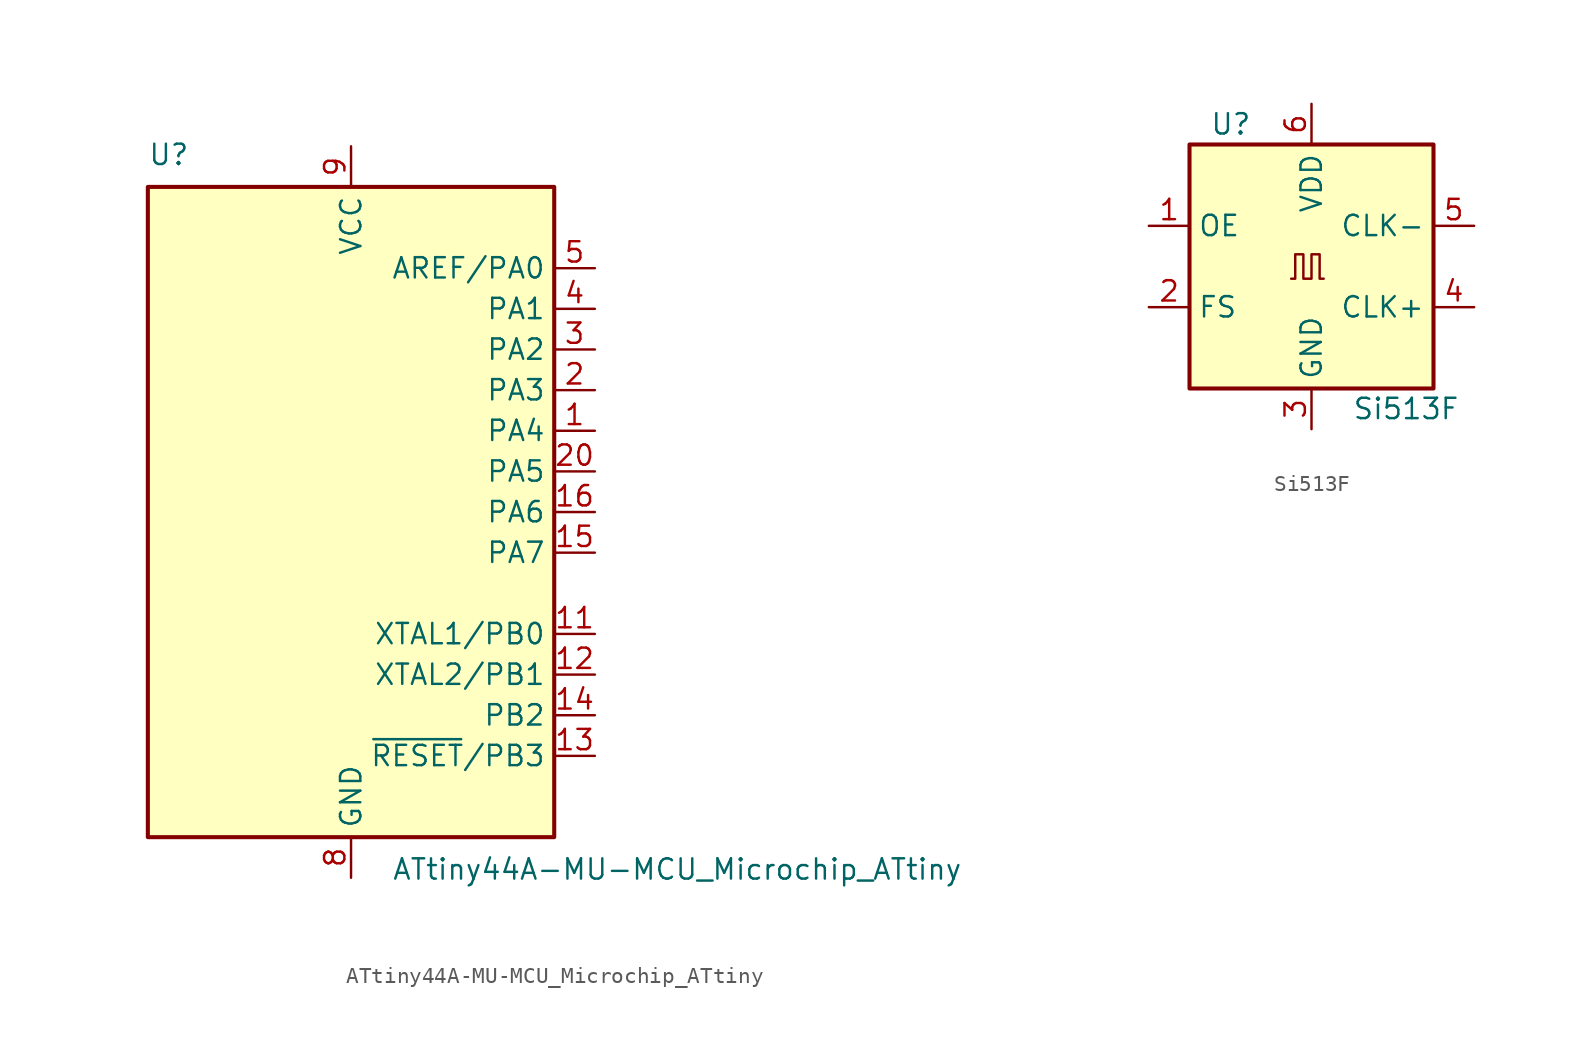
<source format=kicad_sym>
(kicad_symbol_lib
  (version 20220914)
  (generator kicad_symbol_editor)
  (symbol "ATtiny44A-MU-MCU_Microchip_ATtiny"
    (property "Reference" "U"
      (at -12.7 21.59 0)
      (effects (font (size 1.27 1.27)) (justify left bottom)))
    (property "Value" "ATtiny44A-MU-MCU_Microchip_ATtiny"
      (at 2.54 -21.59 0)
      (effects (font (size 1.27 1.27)) (justify left top)))
    (symbol "ATtiny44A-MU-MCU_Microchip_ATtiny_0_1"
      (rectangle (start -12.7 -20.32) (end 12.7 20.32) (stroke (width 0.254) (type default)) (fill (type background))))
    (symbol "ATtiny44A-MU-MCU_Microchip_ATtiny_1_1"
      (pin bidirectional line (at 15.24 5.08 180) (length 2.54) (name "PA4" (effects (font (size 1.27 1.27)))) (number "1" (effects (font (size 1.27 1.27)))))
      (pin no_connect line (at -12.7 -10.16 0) (length 2.54) hide (name "NC" (effects (font (size 1.27 1.27)))) (number "10" (effects (font (size 1.27 1.27)))))
      (pin bidirectional line (at 15.24 -7.62 180) (length 2.54) (name "XTAL1/PB0" (effects (font (size 1.27 1.27)))) (number "11" (effects (font (size 1.27 1.27)))))
      (pin bidirectional line (at 15.24 -10.16 180) (length 2.54) (name "XTAL2/PB1" (effects (font (size 1.27 1.27)))) (number "12" (effects (font (size 1.27 1.27)))))
      (pin bidirectional line (at 15.24 -15.24 180) (length 2.54) (name "~{RESET}/PB3" (effects (font (size 1.27 1.27)))) (number "13" (effects (font (size 1.27 1.27)))))
      (pin bidirectional line (at 15.24 -12.7 180) (length 2.54) (name "PB2" (effects (font (size 1.27 1.27)))) (number "14" (effects (font (size 1.27 1.27)))))
      (pin bidirectional line (at 15.24 -2.54 180) (length 2.54) (name "PA7" (effects (font (size 1.27 1.27)))) (number "15" (effects (font (size 1.27 1.27)))))
      (pin bidirectional line (at 15.24 0 180) (length 2.54) (name "PA6" (effects (font (size 1.27 1.27)))) (number "16" (effects (font (size 1.27 1.27)))))
      (pin no_connect line (at -12.7 -12.7 0) (length 2.54) hide (name "NC" (effects (font (size 1.27 1.27)))) (number "17" (effects (font (size 1.27 1.27)))))
      (pin no_connect line (at -12.7 -15.24 0) (length 2.54) hide (name "NC" (effects (font (size 1.27 1.27)))) (number "18" (effects (font (size 1.27 1.27)))))
      (pin no_connect line (at -12.7 -17.78 0) (length 2.54) hide (name "NC" (effects (font (size 1.27 1.27)))) (number "19" (effects (font (size 1.27 1.27)))))
      (pin bidirectional line (at 15.24 7.62 180) (length 2.54) (name "PA3" (effects (font (size 1.27 1.27)))) (number "2" (effects (font (size 1.27 1.27)))))
      (pin bidirectional line (at 15.24 2.54 180) (length 2.54) (name "PA5" (effects (font (size 1.27 1.27)))) (number "20" (effects (font (size 1.27 1.27)))))
      (pin passive line (at 0 -22.86 90) (length 2.54) hide (name "GND" (effects (font (size 1.27 1.27)))) (number "21" (effects (font (size 1.27 1.27)))))
      (pin bidirectional line (at 15.24 10.16 180) (length 2.54) (name "PA2" (effects (font (size 1.27 1.27)))) (number "3" (effects (font (size 1.27 1.27)))))
      (pin bidirectional line (at 15.24 12.7 180) (length 2.54) (name "PA1" (effects (font (size 1.27 1.27)))) (number "4" (effects (font (size 1.27 1.27)))))
      (pin bidirectional line (at 15.24 15.24 180) (length 2.54) (name "AREF/PA0" (effects (font (size 1.27 1.27)))) (number "5" (effects (font (size 1.27 1.27)))))
      (pin no_connect line (at -12.7 -5.08 0) (length 2.54) hide (name "NC" (effects (font (size 1.27 1.27)))) (number "6" (effects (font (size 1.27 1.27)))))
      (pin no_connect line (at -12.7 -7.62 0) (length 2.54) hide (name "NC" (effects (font (size 1.27 1.27)))) (number "7" (effects (font (size 1.27 1.27)))))
      (pin power_in line (at 0 -22.86 90) (length 2.54) (name "GND" (effects (font (size 1.27 1.27)))) (number "8" (effects (font (size 1.27 1.27)))))
      (pin power_in line (at 0 22.86 270) (length 2.54) (name "VCC" (effects (font (size 1.27 1.27)))) (number "9" (effects (font (size 1.27 1.27)))))))
  (symbol "Si513F"
    (property "Reference" "U"
      (at -6.35 8.89 0)
      (effects (font (size 1.27 1.27)) (justify left)))
    (property "Value" "Si513F"
      (at 2.54 -8.89 0)
      (effects (font (size 1.27 1.27)) (justify left)))
    (symbol "Si513F_0_1"
      (rectangle (start -7.62 7.62) (end 7.62 -7.62) (stroke (width 0.254) (type default)) (fill (type background)))
      (polyline (pts (xy -1.27 -0.762) (xy -1.016 -0.762) (xy -1.016 0.762) (xy -0.508 0.762) (xy -0.508 -0.762) (xy 0 -0.762) (xy 0 0.762) (xy 0.508 0.762) (xy 0.508 -0.762) (xy 0.762 -0.762)) (stroke (width 0) (type default)) (fill (type none))))
    (symbol "Si513F_1_1"
      (pin input line (at -10.16 2.54 0) (length 2.54) (name "OE" (effects (font (size 1.27 1.27)))) (number "1" (effects (font (size 1.27 1.27)))))
      (pin input line (at -10.16 -2.54 0) (length 2.54) (name "FS" (effects (font (size 1.27 1.27)))) (number "2" (effects (font (size 1.27 1.27)))))
      (pin power_in line (at 0 -10.16 90) (length 2.54) (name "GND" (effects (font (size 1.27 1.27)))) (number "3" (effects (font (size 1.27 1.27)))))
      (pin output line (at 10.16 -2.54 180) (length 2.54) (name "CLK+" (effects (font (size 1.27 1.27)))) (number "4" (effects (font (size 1.27 1.27)))))
      (pin output line (at 10.16 2.54 180) (length 2.54) (name "CLK-" (effects (font (size 1.27 1.27)))) (number "5" (effects (font (size 1.27 1.27)))))
      (pin power_in line (at 0 10.16 270) (length 2.54) (name "VDD" (effects (font (size 1.27 1.27)))) (number "6" (effects (font (size 1.27 1.27))))))))
</source>
